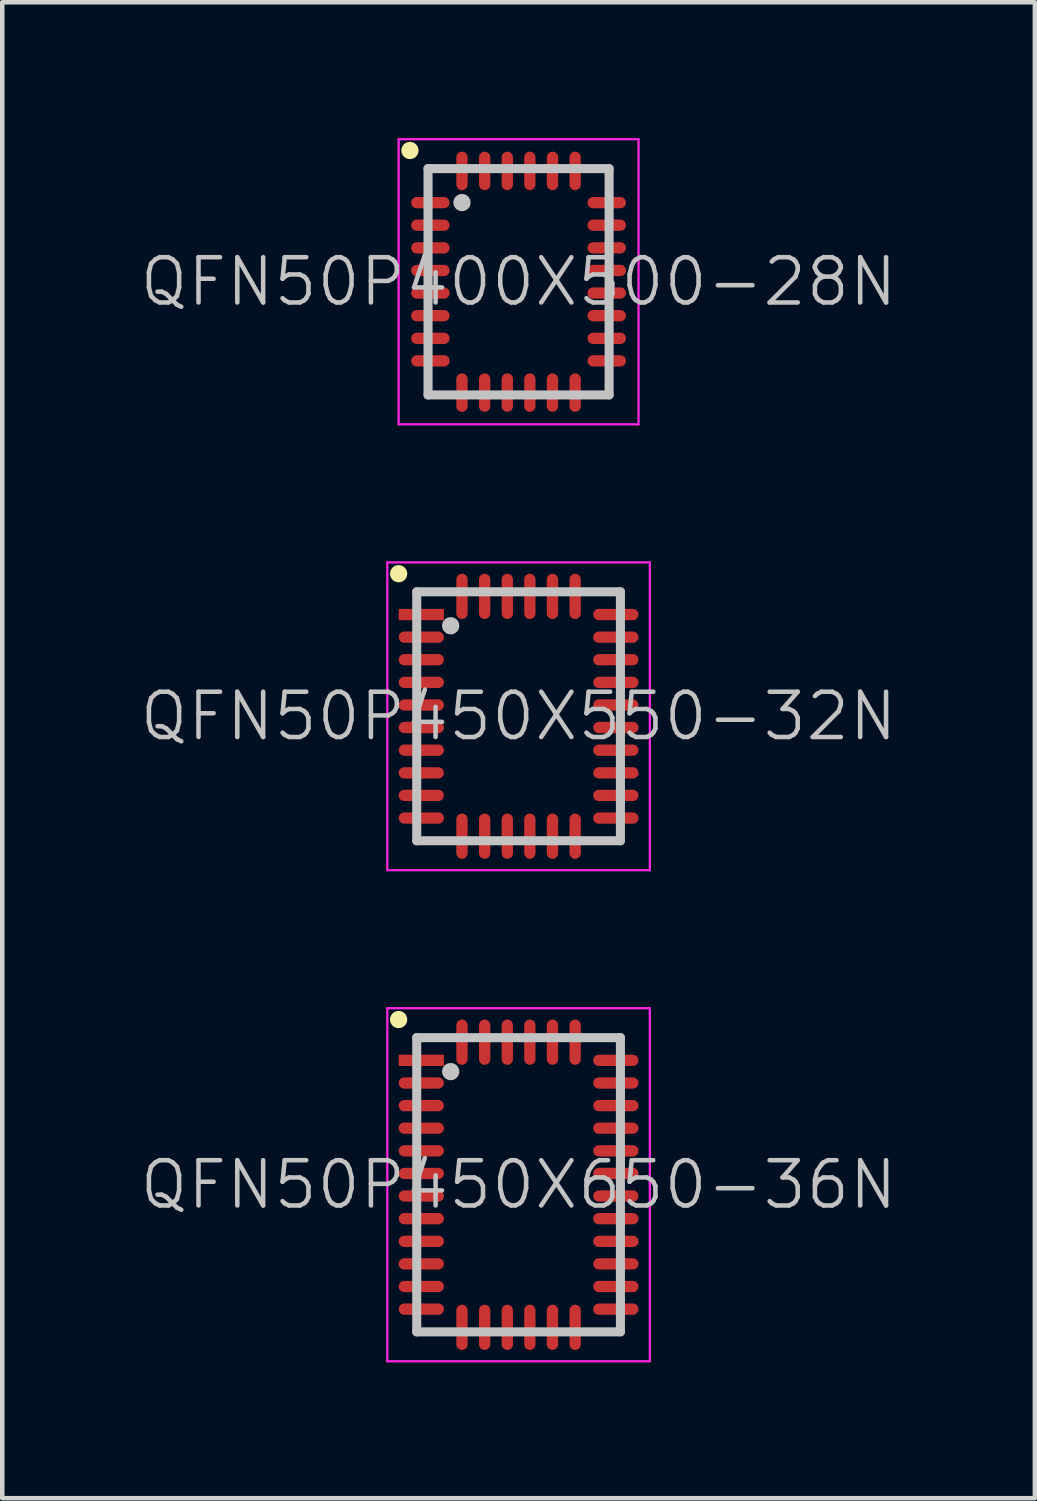
<source format=kicad_pcb>
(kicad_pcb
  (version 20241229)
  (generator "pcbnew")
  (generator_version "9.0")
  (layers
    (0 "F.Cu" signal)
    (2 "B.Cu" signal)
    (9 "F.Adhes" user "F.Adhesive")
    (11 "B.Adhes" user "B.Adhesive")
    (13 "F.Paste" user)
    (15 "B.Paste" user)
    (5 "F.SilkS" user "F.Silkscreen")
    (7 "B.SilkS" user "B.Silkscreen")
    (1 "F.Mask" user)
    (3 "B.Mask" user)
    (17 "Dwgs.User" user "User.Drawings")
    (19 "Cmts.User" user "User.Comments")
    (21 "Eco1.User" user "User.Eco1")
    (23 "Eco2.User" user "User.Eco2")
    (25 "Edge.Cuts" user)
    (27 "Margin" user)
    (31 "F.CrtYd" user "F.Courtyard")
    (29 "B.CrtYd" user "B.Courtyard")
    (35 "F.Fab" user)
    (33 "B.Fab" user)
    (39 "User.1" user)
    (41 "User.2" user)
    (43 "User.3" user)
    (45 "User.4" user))
  (footprint "QFN50P400X500-28N"
    (layer "F.Cu")
    (at 8.407 3.175)
    (property "Reference" "QFN50P400X500-28N" (at 0 0 0) (layer "Dwgs.User") (effects (font (size 1 1) (thickness 0.1))))
    (attr smd)
    (fp_line (start -2.4 -2.9) (end -2.4 -2.9) (stroke (width 0.381) (type solid)) (layer "F.SilkS"))
    (fp_line (start -2 -2.5) (end -2 2.5) (stroke (width 0.2) (type solid)) (layer "Dwgs.User"))
    (fp_line (start -2 -2.5) (end 2 -2.5) (stroke (width 0.2) (type solid)) (layer "Dwgs.User"))
    (fp_line (start -2 2.5) (end 2 2.5) (stroke (width 0.2) (type solid)) (layer "Dwgs.User"))
    (fp_line (start -1.25 -1.75) (end -1.25 -1.75) (stroke (width 0.381) (type solid)) (layer "Dwgs.User"))
    (fp_line (start 2 -2.5) (end 2 2.5) (stroke (width 0.2) (type solid)) (layer "Dwgs.User"))
    (fp_line (start -2.65 -3.15) (end -2.65 3.15) (stroke (width 0.05) (type solid)) (layer "F.CrtYd"))
    (fp_line (start -2.65 -3.15) (end 2.65 -3.15) (stroke (width 0.05) (type solid)) (layer "F.CrtYd"))
    (fp_line (start -2.65 3.15) (end 2.65 3.15) (stroke (width 0.05) (type solid)) (layer "F.CrtYd"))
    (fp_line (start 2.65 -3.15) (end 2.65 3.15) (stroke (width 0.05) (type solid)) (layer "F.CrtYd"))
    (pad "1" smd oval (at -1.948 -1.748 90) (size 0.25 0.85) (layers "F.Cu" "F.Mask" "F.Paste"))
    (pad "2" smd oval (at -1.948 -1.25 90) (size 0.25 0.85) (layers "F.Cu" "F.Mask" "F.Paste"))
    (pad "3" smd oval (at -1.948 -0.749 90) (size 0.25 0.85) (layers "F.Cu" "F.Mask" "F.Paste"))
    (pad "4" smd oval (at -1.948 -0.249 90) (size 0.25 0.85) (layers "F.Cu" "F.Mask" "F.Paste"))
    (pad "5" smd oval (at -1.948 0.249 90) (size 0.25 0.85) (layers "F.Cu" "F.Mask" "F.Paste"))
    (pad "6" smd oval (at -1.948 0.749 90) (size 0.25 0.85) (layers "F.Cu" "F.Mask" "F.Paste"))
    (pad "7" smd oval (at -1.948 1.25 90) (size 0.25 0.85) (layers "F.Cu" "F.Mask" "F.Paste"))
    (pad "8" smd oval (at -1.948 1.748 90) (size 0.25 0.85) (layers "F.Cu" "F.Mask" "F.Paste"))
    (pad "9" smd oval (at -1.25 2.449 180) (size 0.25 0.85) (layers "F.Cu" "F.Mask" "F.Paste"))
    (pad "10" smd oval (at -0.749 2.449 180) (size 0.25 0.85) (layers "F.Cu" "F.Mask" "F.Paste"))
    (pad "11" smd oval (at -0.249 2.449 180) (size 0.25 0.85) (layers "F.Cu" "F.Mask" "F.Paste"))
    (pad "12" smd oval (at 0.249 2.449 180) (size 0.25 0.85) (layers "F.Cu" "F.Mask" "F.Paste"))
    (pad "13" smd oval (at 0.749 2.449 180) (size 0.25 0.85) (layers "F.Cu" "F.Mask" "F.Paste"))
    (pad "14" smd oval (at 1.25 2.449 180) (size 0.25 0.85) (layers "F.Cu" "F.Mask" "F.Paste"))
    (pad "15" smd oval (at 1.948 1.748 270) (size 0.25 0.85) (layers "F.Cu" "F.Mask" "F.Paste"))
    (pad "16" smd oval (at 1.948 1.25 270) (size 0.25 0.85) (layers "F.Cu" "F.Mask" "F.Paste"))
    (pad "17" smd oval (at 1.948 0.749 270) (size 0.25 0.85) (layers "F.Cu" "F.Mask" "F.Paste"))
    (pad "18" smd oval (at 1.948 0.249 270) (size 0.25 0.85) (layers "F.Cu" "F.Mask" "F.Paste"))
    (pad "19" smd oval (at 1.948 -0.249 270) (size 0.25 0.85) (layers "F.Cu" "F.Mask" "F.Paste"))
    (pad "20" smd oval (at 1.948 -0.749 270) (size 0.25 0.85) (layers "F.Cu" "F.Mask" "F.Paste"))
    (pad "21" smd oval (at 1.948 -1.25 270) (size 0.25 0.85) (layers "F.Cu" "F.Mask" "F.Paste"))
    (pad "22" smd oval (at 1.948 -1.748 270) (size 0.25 0.85) (layers "F.Cu" "F.Mask" "F.Paste"))
    (pad "23" smd oval (at 1.25 -2.449) (size 0.25 0.85) (layers "F.Cu" "F.Mask" "F.Paste"))
    (pad "24" smd oval (at 0.749 -2.449) (size 0.25 0.85) (layers "F.Cu" "F.Mask" "F.Paste"))
    (pad "25" smd oval (at 0.249 -2.449) (size 0.25 0.85) (layers "F.Cu" "F.Mask" "F.Paste"))
    (pad "26" smd oval (at -0.249 -2.449) (size 0.25 0.85) (layers "F.Cu" "F.Mask" "F.Paste"))
    (pad "27" smd oval (at -0.749 -2.449) (size 0.25 0.85) (layers "F.Cu" "F.Mask" "F.Paste"))
    (pad "28" smd oval (at -1.25 -2.449) (size 0.25 0.85) (layers "F.Cu" "F.Mask" "F.Paste")))
  (footprint "QFN50P450X650-36N"
    (layer "F.Cu")
    (at 8.407 23.125)
    (property "Reference" "QFN50P450X650-36N" (at 0 0 0) (layer "Dwgs.User") (effects (font (size 1 1) (thickness 0.1))))
    (attr smd)
    (fp_line (start -2.65 -3.65) (end -2.65 -3.65) (stroke (width 0.381) (type solid)) (layer "F.SilkS"))
    (fp_line (start -2.25 -3.25) (end -2.25 3.25) (stroke (width 0.2) (type solid)) (layer "Dwgs.User"))
    (fp_line (start -2.25 -3.25) (end 2.25 -3.25) (stroke (width 0.2) (type solid)) (layer "Dwgs.User"))
    (fp_line (start -2.25 3.25) (end 2.25 3.25) (stroke (width 0.2) (type solid)) (layer "Dwgs.User"))
    (fp_line (start -1.5 -2.5) (end -1.5 -2.5) (stroke (width 0.381) (type solid)) (layer "Dwgs.User"))
    (fp_line (start 2.25 -3.25) (end 2.25 3.25) (stroke (width 0.2) (type solid)) (layer "Dwgs.User"))
    (fp_line (start -2.9 -3.9) (end -2.9 3.9) (stroke (width 0.05) (type solid)) (layer "F.CrtYd"))
    (fp_line (start -2.9 -3.9) (end 2.9 -3.9) (stroke (width 0.05) (type solid)) (layer "F.CrtYd"))
    (fp_line (start -2.9 3.9) (end 2.9 3.9) (stroke (width 0.05) (type solid)) (layer "F.CrtYd"))
    (fp_line (start 2.9 -3.9) (end 2.9 3.9) (stroke (width 0.05) (type solid)) (layer "F.CrtYd"))
    (pad "1" smd rect (at -2.149 -2.748 90) (size 0.25 1) (layers "F.Cu" "F.Mask" "F.Paste"))
    (pad "2" smd oval (at -2.149 -2.248 90) (size 0.25 1) (layers "F.Cu" "F.Mask" "F.Paste"))
    (pad "3" smd oval (at -2.149 -1.748 90) (size 0.25 1) (layers "F.Cu" "F.Mask" "F.Paste"))
    (pad "4" smd oval (at -2.149 -1.25 90) (size 0.25 1) (layers "F.Cu" "F.Mask" "F.Paste"))
    (pad "5" smd oval (at -2.149 -0.749 90) (size 0.25 1) (layers "F.Cu" "F.Mask" "F.Paste"))
    (pad "6" smd oval (at -2.149 -0.249 90) (size 0.25 1) (layers "F.Cu" "F.Mask" "F.Paste"))
    (pad "7" smd oval (at -2.149 0.249 90) (size 0.25 1) (layers "F.Cu" "F.Mask" "F.Paste"))
    (pad "8" smd oval (at -2.149 0.749 90) (size 0.25 1) (layers "F.Cu" "F.Mask" "F.Paste"))
    (pad "9" smd oval (at -2.149 1.25 90) (size 0.25 1) (layers "F.Cu" "F.Mask" "F.Paste"))
    (pad "10" smd oval (at -2.149 1.748 90) (size 0.25 1) (layers "F.Cu" "F.Mask" "F.Paste"))
    (pad "11" smd oval (at -2.149 2.248 90) (size 0.25 1) (layers "F.Cu" "F.Mask" "F.Paste"))
    (pad "12" smd oval (at -2.149 2.748 90) (size 0.25 1) (layers "F.Cu" "F.Mask" "F.Paste"))
    (pad "13" smd oval (at -1.25 3.15 180) (size 0.25 1) (layers "F.Cu" "F.Mask" "F.Paste"))
    (pad "14" smd oval (at -0.749 3.15 180) (size 0.25 1) (layers "F.Cu" "F.Mask" "F.Paste"))
    (pad "15" smd oval (at -0.249 3.15 180) (size 0.25 1) (layers "F.Cu" "F.Mask" "F.Paste"))
    (pad "16" smd oval (at 0.249 3.15 180) (size 0.25 1) (layers "F.Cu" "F.Mask" "F.Paste"))
    (pad "17" smd oval (at 0.749 3.15 180) (size 0.25 1) (layers "F.Cu" "F.Mask" "F.Paste"))
    (pad "18" smd oval (at 1.25 3.15 180) (size 0.25 1) (layers "F.Cu" "F.Mask" "F.Paste"))
    (pad "19" smd oval (at 2.149 2.748 270) (size 0.25 1) (layers "F.Cu" "F.Mask" "F.Paste"))
    (pad "20" smd oval (at 2.149 2.248 270) (size 0.25 1) (layers "F.Cu" "F.Mask" "F.Paste"))
    (pad "21" smd oval (at 2.149 1.748 270) (size 0.25 1) (layers "F.Cu" "F.Mask" "F.Paste"))
    (pad "22" smd oval (at 2.149 1.25 270) (size 0.25 1) (layers "F.Cu" "F.Mask" "F.Paste"))
    (pad "23" smd oval (at 2.149 0.749 270) (size 0.25 1) (layers "F.Cu" "F.Mask" "F.Paste"))
    (pad "24" smd oval (at 2.149 0.249 270) (size 0.25 1) (layers "F.Cu" "F.Mask" "F.Paste"))
    (pad "25" smd oval (at 2.149 -0.249 270) (size 0.25 1) (layers "F.Cu" "F.Mask" "F.Paste"))
    (pad "26" smd oval (at 2.149 -0.749 270) (size 0.25 1) (layers "F.Cu" "F.Mask" "F.Paste"))
    (pad "27" smd oval (at 2.149 -1.25 270) (size 0.25 1) (layers "F.Cu" "F.Mask" "F.Paste"))
    (pad "28" smd oval (at 2.149 -1.748 270) (size 0.25 1) (layers "F.Cu" "F.Mask" "F.Paste"))
    (pad "29" smd oval (at 2.149 -2.248 270) (size 0.25 1) (layers "F.Cu" "F.Mask" "F.Paste"))
    (pad "30" smd oval (at 2.149 -2.748 270) (size 0.25 1) (layers "F.Cu" "F.Mask" "F.Paste"))
    (pad "31" smd oval (at 1.25 -3.15) (size 0.25 1) (layers "F.Cu" "F.Mask" "F.Paste"))
    (pad "32" smd oval (at 0.749 -3.15) (size 0.25 1) (layers "F.Cu" "F.Mask" "F.Paste"))
    (pad "33" smd oval (at 0.249 -3.15) (size 0.25 1) (layers "F.Cu" "F.Mask" "F.Paste"))
    (pad "34" smd oval (at -0.249 -3.15) (size 0.25 1) (layers "F.Cu" "F.Mask" "F.Paste"))
    (pad "35" smd oval (at -0.749 -3.15) (size 0.25 1) (layers "F.Cu" "F.Mask" "F.Paste"))
    (pad "36" smd oval (at -1.25 -3.15) (size 0.25 1) (layers "F.Cu" "F.Mask" "F.Paste")))
  (footprint "QFN50P450X550-32N"
    (layer "F.Cu")
    (at 8.407 12.775)
    (property "Reference" "QFN50P450X550-32N" (at 0 0 0) (layer "Dwgs.User") (effects (font (size 1 1) (thickness 0.1))))
    (attr smd)
    (fp_line (start -2.65 -3.15) (end -2.65 -3.15) (stroke (width 0.381) (type solid)) (layer "F.SilkS"))
    (fp_line (start -2.25 -2.75) (end -2.25 2.75) (stroke (width 0.2) (type solid)) (layer "Dwgs.User"))
    (fp_line (start -2.25 -2.75) (end 2.25 -2.75) (stroke (width 0.2) (type solid)) (layer "Dwgs.User"))
    (fp_line (start -2.25 2.75) (end 2.25 2.75) (stroke (width 0.2) (type solid)) (layer "Dwgs.User"))
    (fp_line (start -1.5 -2) (end -1.5 -2) (stroke (width 0.381) (type solid)) (layer "Dwgs.User"))
    (fp_line (start 2.25 -2.75) (end 2.25 2.75) (stroke (width 0.2) (type solid)) (layer "Dwgs.User"))
    (fp_line (start -2.9 -3.4) (end -2.9 3.4) (stroke (width 0.05) (type solid)) (layer "F.CrtYd"))
    (fp_line (start -2.9 -3.4) (end 2.9 -3.4) (stroke (width 0.05) (type solid)) (layer "F.CrtYd"))
    (fp_line (start -2.9 3.4) (end 2.9 3.4) (stroke (width 0.05) (type solid)) (layer "F.CrtYd"))
    (fp_line (start 2.9 -3.4) (end 2.9 3.4) (stroke (width 0.05) (type solid)) (layer "F.CrtYd"))
    (pad "1" smd rect (at -2.149 -2.248 90) (size 0.25 1) (layers "F.Cu" "F.Mask" "F.Paste"))
    (pad "2" smd oval (at -2.149 -1.748 90) (size 0.25 1) (layers "F.Cu" "F.Mask" "F.Paste"))
    (pad "3" smd oval (at -2.149 -1.25 90) (size 0.25 1) (layers "F.Cu" "F.Mask" "F.Paste"))
    (pad "4" smd oval (at -2.149 -0.749 90) (size 0.25 1) (layers "F.Cu" "F.Mask" "F.Paste"))
    (pad "5" smd oval (at -2.149 -0.249 90) (size 0.25 1) (layers "F.Cu" "F.Mask" "F.Paste"))
    (pad "6" smd oval (at -2.149 0.249 90) (size 0.25 1) (layers "F.Cu" "F.Mask" "F.Paste"))
    (pad "7" smd oval (at -2.149 0.749 90) (size 0.25 1) (layers "F.Cu" "F.Mask" "F.Paste"))
    (pad "8" smd oval (at -2.149 1.25 90) (size 0.25 1) (layers "F.Cu" "F.Mask" "F.Paste"))
    (pad "9" smd oval (at -2.149 1.748 90) (size 0.25 1) (layers "F.Cu" "F.Mask" "F.Paste"))
    (pad "10" smd oval (at -2.149 2.248 90) (size 0.25 1) (layers "F.Cu" "F.Mask" "F.Paste"))
    (pad "11" smd oval (at -1.25 2.649 180) (size 0.25 1) (layers "F.Cu" "F.Mask" "F.Paste"))
    (pad "12" smd oval (at -0.749 2.649 180) (size 0.25 1) (layers "F.Cu" "F.Mask" "F.Paste"))
    (pad "13" smd oval (at -0.249 2.649 180) (size 0.25 1) (layers "F.Cu" "F.Mask" "F.Paste"))
    (pad "14" smd oval (at 0.249 2.649 180) (size 0.25 1) (layers "F.Cu" "F.Mask" "F.Paste"))
    (pad "15" smd oval (at 0.749 2.649 180) (size 0.25 1) (layers "F.Cu" "F.Mask" "F.Paste"))
    (pad "16" smd oval (at 1.25 2.649 180) (size 0.25 1) (layers "F.Cu" "F.Mask" "F.Paste"))
    (pad "17" smd oval (at 2.149 2.248 270) (size 0.25 1) (layers "F.Cu" "F.Mask" "F.Paste"))
    (pad "18" smd oval (at 2.149 1.748 270) (size 0.25 1) (layers "F.Cu" "F.Mask" "F.Paste"))
    (pad "19" smd oval (at 2.149 1.25 270) (size 0.25 1) (layers "F.Cu" "F.Mask" "F.Paste"))
    (pad "20" smd oval (at 2.149 0.749 270) (size 0.25 1) (layers "F.Cu" "F.Mask" "F.Paste"))
    (pad "21" smd oval (at 2.149 0.249 270) (size 0.25 1) (layers "F.Cu" "F.Mask" "F.Paste"))
    (pad "22" smd oval (at 2.149 -0.249 270) (size 0.25 1) (layers "F.Cu" "F.Mask" "F.Paste"))
    (pad "23" smd oval (at 2.149 -0.749 270) (size 0.25 1) (layers "F.Cu" "F.Mask" "F.Paste"))
    (pad "24" smd oval (at 2.149 -1.25 270) (size 0.25 1) (layers "F.Cu" "F.Mask" "F.Paste"))
    (pad "25" smd oval (at 2.149 -1.748 270) (size 0.25 1) (layers "F.Cu" "F.Mask" "F.Paste"))
    (pad "26" smd oval (at 2.149 -2.248 270) (size 0.25 1) (layers "F.Cu" "F.Mask" "F.Paste"))
    (pad "27" smd oval (at 1.25 -2.649) (size 0.25 1) (layers "F.Cu" "F.Mask" "F.Paste"))
    (pad "28" smd oval (at 0.749 -2.649) (size 0.25 1) (layers "F.Cu" "F.Mask" "F.Paste"))
    (pad "29" smd oval (at 0.249 -2.649) (size 0.25 1) (layers "F.Cu" "F.Mask" "F.Paste"))
    (pad "30" smd oval (at -0.249 -2.649) (size 0.25 1) (layers "F.Cu" "F.Mask" "F.Paste"))
    (pad "31" smd oval (at -0.749 -2.649) (size 0.25 1) (layers "F.Cu" "F.Mask" "F.Paste"))
    (pad "32" smd oval (at -1.25 -2.649) (size 0.25 1) (layers "F.Cu" "F.Mask" "F.Paste")))
  (gr_rect
    (start -3 -3)
    (end 19.814 30.05)
    (stroke (width 0.1) (type default))
    (fill no)
    (layer "Edge.Cuts")))
</source>
